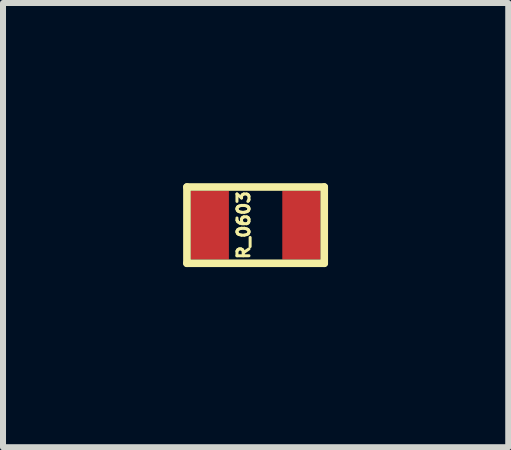
<source format=kicad_pcb>
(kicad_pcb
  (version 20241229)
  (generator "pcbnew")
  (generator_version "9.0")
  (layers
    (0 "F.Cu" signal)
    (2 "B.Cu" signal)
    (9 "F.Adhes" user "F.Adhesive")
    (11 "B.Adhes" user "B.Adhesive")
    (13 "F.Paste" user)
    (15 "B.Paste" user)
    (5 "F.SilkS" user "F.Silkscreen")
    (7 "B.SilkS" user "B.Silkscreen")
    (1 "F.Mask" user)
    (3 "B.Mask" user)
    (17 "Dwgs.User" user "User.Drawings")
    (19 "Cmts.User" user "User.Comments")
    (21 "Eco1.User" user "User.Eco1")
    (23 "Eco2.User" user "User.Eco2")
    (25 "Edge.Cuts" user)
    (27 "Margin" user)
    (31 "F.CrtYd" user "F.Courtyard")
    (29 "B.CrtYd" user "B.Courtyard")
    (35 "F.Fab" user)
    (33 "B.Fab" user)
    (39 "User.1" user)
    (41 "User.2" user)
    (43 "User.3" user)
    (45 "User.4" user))
  (footprint "R_0603"
    (layer "F.Cu")
    (at 1.206 0.699)
    (property "Reference" "R_0603" (at -0.2 0 90) (layer "F.SilkS") (effects (font (size 0.2 0.2) (thickness 0.05))))
    (attr smd)
    (fp_line (start -1.143 -0.635) (end 1.143 -0.635) (stroke (width 0.127) (type solid)) (layer "F.SilkS"))
    (fp_line (start -1.143 0.635) (end -1.143 -0.635) (stroke (width 0.127) (type solid)) (layer "F.SilkS"))
    (fp_line (start 1.143 -0.635) (end 1.143 0.635) (stroke (width 0.127) (type solid)) (layer "F.SilkS"))
    (fp_line (start 1.143 0.635) (end -1.143 0.635) (stroke (width 0.127) (type solid)) (layer "F.SilkS"))
    (pad "1" smd rect (at -0.762 0) (size 0.635 1.143) (layers "F.Cu" "F.Mask" "F.Paste"))
    (pad "2" smd rect (at 0.762 0) (size 0.635 1.143) (layers "F.Cu" "F.Mask" "F.Paste")))
  (gr_rect
    (start -3 -3)
    (end 5.413 4.397)
    (stroke (width 0.1) (type default))
    (fill no)
    (layer "Edge.Cuts")))
</source>
